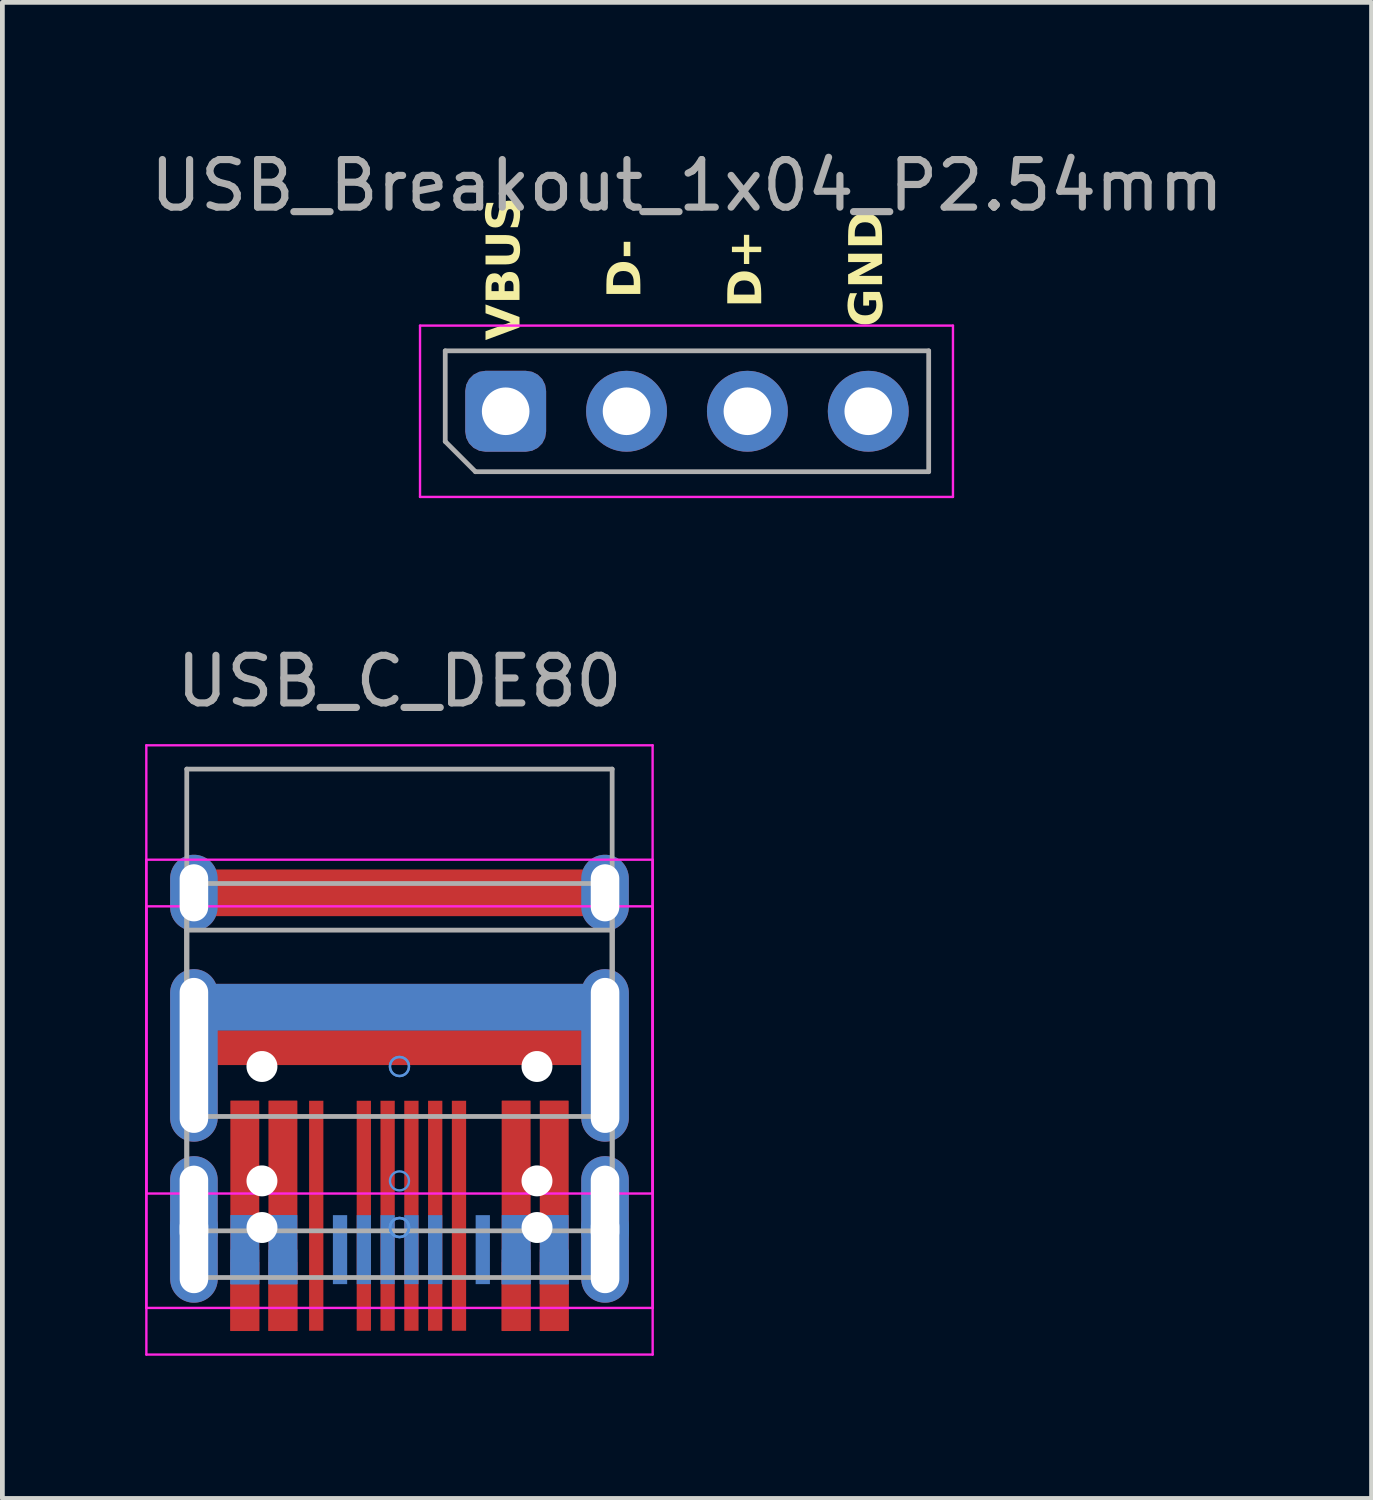
<source format=kicad_pcb>
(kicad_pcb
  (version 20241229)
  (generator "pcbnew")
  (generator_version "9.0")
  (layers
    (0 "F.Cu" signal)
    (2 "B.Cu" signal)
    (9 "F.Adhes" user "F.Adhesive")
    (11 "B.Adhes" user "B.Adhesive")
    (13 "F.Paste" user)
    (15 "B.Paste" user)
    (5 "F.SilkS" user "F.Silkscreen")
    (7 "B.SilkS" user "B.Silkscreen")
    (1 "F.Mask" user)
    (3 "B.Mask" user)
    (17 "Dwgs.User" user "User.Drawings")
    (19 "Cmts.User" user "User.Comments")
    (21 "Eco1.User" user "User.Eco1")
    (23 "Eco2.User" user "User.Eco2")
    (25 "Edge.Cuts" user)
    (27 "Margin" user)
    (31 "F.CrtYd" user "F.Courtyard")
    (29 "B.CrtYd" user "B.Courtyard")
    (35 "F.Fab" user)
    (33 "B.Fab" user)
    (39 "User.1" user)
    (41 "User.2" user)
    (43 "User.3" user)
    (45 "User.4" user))
  (footprint "USB_Breakout_1x04_P2.54mm"
    (layer "F.Cu")
    (at 11.387 5.593)
    (property "Reference" "USB_Breakout_1x04_P2.54mm" (at 0 -4.745 0) (layer "F.Fab") (effects (font (size 1 1) (thickness 0.15))))
    (attr through_hole)
    (fp_line (start -5.61 -1.8) (end -5.61 1.8) (stroke (width 0.05) (type solid)) (layer "F.CrtYd"))
    (fp_line (start -5.61 1.8) (end 5.59 1.8) (stroke (width 0.05) (type solid)) (layer "F.CrtYd"))
    (fp_line (start 5.59 -1.8) (end -5.61 -1.8) (stroke (width 0.05) (type solid)) (layer "F.CrtYd"))
    (fp_line (start 5.59 1.8) (end 5.59 -1.8) (stroke (width 0.05) (type solid)) (layer "F.CrtYd"))
    (fp_line (start -5.08 -1.27) (end 5.08 -1.27) (stroke (width 0.1) (type solid)) (layer "F.Fab"))
    (fp_line (start -5.08 0.635) (end -5.08 -1.27) (stroke (width 0.1) (type solid)) (layer "F.Fab"))
    (fp_line (start -4.445 1.27) (end -5.08 0.635) (stroke (width 0.1) (type solid)) (layer "F.Fab"))
    (fp_line (start 5.08 -1.27) (end 5.08 1.27) (stroke (width 0.1) (type solid)) (layer "F.Fab"))
    (fp_line (start 5.08 1.27) (end -4.445 1.27) (stroke (width 0.1) (type solid)) (layer "F.Fab"))
    (fp_text user "VBUS" (at -3.81 -2.995 90) (unlocked yes) (layer "F.SilkS") (effects (font (face "Hitmo2.0") (size 0.7 0.7) (thickness 0.14) (bold yes))))
    (fp_text user "D-" (at -1.27 -2.995 90) (unlocked yes) (layer "F.SilkS") (effects (font (face "Hitmo2.0") (size 0.7 0.7) (thickness 0.14) (bold yes))))
    (fp_text user "GND" (at 3.81 -2.995 90) (unlocked yes) (layer "F.SilkS") (effects (font (face "Hitmo2.0") (size 0.7 0.7) (thickness 0.14) (bold yes))))
    (fp_text user "D+" (at 1.27 -2.995 90) (unlocked yes) (layer "F.SilkS") (effects (font (face "Hitmo2.0") (size 0.7 0.7) (thickness 0.14) (bold yes))))
    (pad "1" thru_hole roundrect (at -3.81 0 90) (size 1.7 1.7) (drill 1) (layers "*.Cu" "*.Mask") (roundrect_rratio 0.25))
    (pad "2" thru_hole oval (at -1.27 0 90) (size 1.7 1.7) (drill 1) (layers "*.Cu" "*.Mask"))
    (pad "3" thru_hole oval (at 1.27 0 90) (size 1.7 1.7) (drill 1) (layers "*.Cu" "*.Mask"))
    (pad "4" thru_hole oval (at 3.81 0 90) (size 1.7 1.7) (drill 1) (layers "*.Cu" "*.Mask")))
  (footprint "USB_C_DE80"
    (layer "F.Cu")
    (at 5.345 21.767)
    (property "Reference" "USB_C_DE80" (at 0 -10.5 180) (layer "F.Fab") (effects (font (size 1 1) (thickness 0.15))))
    (attr smd)
    (fp_circle (center 0 -2.404) (end 0.2 -2.404) (stroke (width 0.05) (type solid)) (fill no) (layer "Cmts.User"))
    (fp_circle (center 0 -2.404) (end 0.2 -2.404) (stroke (width 0.05) (type solid)) (fill no) (layer "Cmts.User"))
    (fp_circle (center 0 0) (end 0.2 0) (stroke (width 0.05) (type solid)) (fill no) (layer "Cmts.User"))
    (fp_circle (center 0.001 0.98) (end -0.199 0.98) (stroke (width 0.05) (type solid)) (fill no) (layer "Cmts.User"))
    (fp_circle (center 0.001 0.98) (end 0.201 0.98) (stroke (width 0.05) (type solid)) (fill no) (layer "Cmts.User"))
    (fp_circle (center 0.001 0.98) (end 0.201 0.98) (stroke (width 0.05) (type solid)) (fill no) (layer "Cmts.User"))
    (fp_line (start -5.32 0.266) (end -5.32 -9.154) (stroke (width 0.05) (type solid)) (layer "F.CrtYd"))
    (fp_line (start -5.32 2.67) (end -5.32 -6.75) (stroke (width 0.05) (type solid)) (layer "F.CrtYd"))
    (fp_line (start -5.319 3.65) (end -5.319 -5.77) (stroke (width 0.05) (type solid)) (layer "F.CrtYd"))
    (fp_line (start 5.32 -9.154) (end -5.32 -9.154) (stroke (width 0.05) (type solid)) (layer "F.CrtYd"))
    (fp_line (start 5.32 -6.75) (end -5.32 -6.75) (stroke (width 0.05) (type solid)) (layer "F.CrtYd"))
    (fp_line (start 5.32 0.266) (end -5.32 0.266) (stroke (width 0.05) (type solid)) (layer "F.CrtYd"))
    (fp_line (start 5.32 0.266) (end 5.32 -9.154) (stroke (width 0.05) (type solid)) (layer "F.CrtYd"))
    (fp_line (start 5.32 2.67) (end -5.32 2.67) (stroke (width 0.05) (type solid)) (layer "F.CrtYd"))
    (fp_line (start 5.32 2.67) (end 5.32 -6.75) (stroke (width 0.05) (type solid)) (layer "F.CrtYd"))
    (fp_line (start 5.321 -5.77) (end -5.319 -5.77) (stroke (width 0.05) (type solid)) (layer "F.CrtYd"))
    (fp_line (start 5.321 3.65) (end -5.319 3.65) (stroke (width 0.05) (type solid)) (layer "F.CrtYd"))
    (fp_line (start 5.321 3.65) (end 5.321 -5.77) (stroke (width 0.05) (type solid)) (layer "F.CrtYd"))
    (fp_line (start -4.47 -1.354) (end -4.47 -8.654) (stroke (width 0.1) (type solid)) (layer "F.Fab"))
    (fp_line (start -4.47 1.05) (end -4.47 -6.25) (stroke (width 0.1) (type solid)) (layer "F.Fab"))
    (fp_line (start -4.469 2.03) (end -4.469 -5.27) (stroke (width 0.1) (type solid)) (layer "F.Fab"))
    (fp_line (start 4.47 -8.654) (end -4.47 -8.654) (stroke (width 0.1) (type solid)) (layer "F.Fab"))
    (fp_line (start 4.47 -6.25) (end -4.47 -6.25) (stroke (width 0.1) (type solid)) (layer "F.Fab"))
    (fp_line (start 4.47 -1.354) (end -4.47 -1.354) (stroke (width 0.1) (type solid)) (layer "F.Fab"))
    (fp_line (start 4.47 -1.354) (end 4.47 -8.654) (stroke (width 0.1) (type solid)) (layer "F.Fab"))
    (fp_line (start 4.47 1.05) (end -4.47 1.05) (stroke (width 0.1) (type solid)) (layer "F.Fab"))
    (fp_line (start 4.47 1.05) (end 4.47 -6.25) (stroke (width 0.1) (type solid)) (layer "F.Fab"))
    (fp_line (start 4.471 -5.27) (end -4.469 -5.27) (stroke (width 0.1) (type solid)) (layer "F.Fab"))
    (fp_line (start 4.471 2.03) (end -4.469 2.03) (stroke (width 0.1) (type solid)) (layer "F.Fab"))
    (fp_line (start 4.471 2.03) (end 4.471 -5.27) (stroke (width 0.1) (type solid)) (layer "F.Fab"))
    (pad "" np_thru_hole circle (at -2.89 -2.404 180) (size 0.65 0.65) (drill 0.65) (layers "*.Cu" "*.Mask"))
    (pad "" np_thru_hole circle (at -2.89 0 180) (size 0.65 0.65) (drill 0.65) (layers "*.Cu" "*.Mask"))
    (pad "" np_thru_hole circle (at -2.889 0.98 180) (size 0.65 0.65) (drill 0.65) (layers "*.Cu" "*.Mask"))
    (pad "" np_thru_hole circle (at 2.89 -2.404 180) (size 0.65 0.65) (drill 0.65) (layers "*.Cu" "*.Mask"))
    (pad "" np_thru_hole circle (at 2.89 0 180) (size 0.65 0.65) (drill 0.65) (layers "*.Cu" "*.Mask"))
    (pad "" np_thru_hole circle (at 2.891 0.98 180) (size 0.65 0.65) (drill 0.65) (layers "*.Cu" "*.Mask"))
    (pad "A1" smd rect (at -3.249 2.43 180) (size 0.6 1.45) (layers "F.Cu" "F.Mask" "F.Paste"))
    (pad "A1" smd rect (at -3.249 1.445 180) (size 0.6 1.45) (layers "B.Cu" "B.Mask" "B.Paste"))
    (pad "A1" smd rect (at -3.249 1.808 180) (size 0.6 0.725) (layers "B.Cu" "B.Mask" "B.Paste"))
    (pad "A1" smd rect (at 3.251 0.733 180) (size 0.6 4.834) (layers "F.Cu" "F.Mask" "F.Paste"))
    (pad "A1" smd rect (at 3.251 2.43) (size 0.6 1.45) (layers "F.Cu" "F.Mask" "F.Paste"))
    (pad "A4" smd rect (at -2.449 2.43 180) (size 0.6 1.45) (layers "F.Cu" "F.Mask" "F.Paste"))
    (pad "A4" smd rect (at -2.449 1.445 180) (size 0.6 1.45) (layers "B.Cu" "B.Mask" "B.Paste"))
    (pad "A4" smd rect (at -2.449 1.808 180) (size 0.6 0.725) (layers "B.Cu" "B.Mask" "B.Paste"))
    (pad "A4" smd rect (at 2.451 0.733 180) (size 0.6 4.834) (layers "F.Cu" "F.Mask" "F.Paste"))
    (pad "A4" smd rect (at 2.451 2.43) (size 0.6 1.45) (layers "F.Cu" "F.Mask" "F.Paste"))
    (pad "A5" smd rect (at -1.249 1.445 180) (size 0.3 1.45) (layers "B.Cu" "B.Mask" "B.Paste"))
    (pad "A5" smd rect (at 1.251 0.733 180) (size 0.3 4.834) (layers "F.Cu" "F.Mask" "F.Paste"))
    (pad "A6" smd rect (at -0.249 1.445 180) (size 0.3 1.45) (layers "B.Cu" "B.Mask" "B.Paste"))
    (pad "A6" smd rect (at 0.251 0.733 180) (size 0.3 4.834) (layers "F.Cu" "F.Mask" "F.Paste"))
    (pad "A7" smd rect (at -0.249 0.733 180) (size 0.3 4.834) (layers "F.Cu" "F.Mask" "F.Paste"))
    (pad "A7" smd rect (at 0.251 1.445 180) (size 0.3 1.45) (layers "B.Cu" "B.Mask" "B.Paste"))
    (pad "A9" smd rect (at -2.449 0.733 180) (size 0.6 4.834) (layers "F.Cu" "F.Mask" "F.Paste"))
    (pad "A9" smd rect (at 2.451 1.445 180) (size 0.6 1.45) (layers "B.Cu" "B.Mask" "B.Paste"))
    (pad "A9" smd rect (at 2.451 1.808 180) (size 0.6 0.725) (layers "B.Cu" "B.Mask" "B.Paste"))
    (pad "A12" smd rect (at -3.249 0.733 180) (size 0.6 4.834) (layers "F.Cu" "F.Mask" "F.Paste"))
    (pad "A12" smd rect (at 3.251 1.445 180) (size 0.6 1.45) (layers "B.Cu" "B.Mask" "B.Paste"))
    (pad "A12" smd rect (at 3.251 1.808 180) (size 0.6 0.725) (layers "B.Cu" "B.Mask" "B.Paste"))
    (pad "B1" smd rect (at -3.249 0.733 180) (size 0.6 4.834) (layers "F.Cu" "F.Mask" "F.Paste"))
    (pad "B1" smd rect (at 3.251 1.445 180) (size 0.6 1.45) (layers "B.Cu" "B.Mask" "B.Paste"))
    (pad "B1" smd rect (at 3.251 1.808 180) (size 0.6 0.725) (layers "B.Cu" "B.Mask" "B.Paste"))
    (pad "B4" smd rect (at -2.449 0.733 180) (size 0.6 4.834) (layers "F.Cu" "F.Mask" "F.Paste"))
    (pad "B4" smd rect (at 2.451 1.445 180) (size 0.6 1.45) (layers "B.Cu" "B.Mask" "B.Paste"))
    (pad "B4" smd rect (at 2.451 1.808 180) (size 0.6 0.725) (layers "B.Cu" "B.Mask" "B.Paste"))
    (pad "B5" smd rect (at -1.749 0.733 180) (size 0.3 4.834) (layers "F.Cu" "F.Mask" "F.Paste"))
    (pad "B5" smd rect (at 1.751 1.445 180) (size 0.3 1.45) (layers "B.Cu" "B.Mask" "B.Paste"))
    (pad "B6" smd rect (at -0.749 0.733 180) (size 0.3 4.834) (layers "F.Cu" "F.Mask" "F.Paste"))
    (pad "B6" smd rect (at 0.751 1.445 180) (size 0.3 1.45) (layers "B.Cu" "B.Mask" "B.Paste"))
    (pad "B7" smd rect (at -0.749 1.445 180) (size 0.3 1.45) (layers "B.Cu" "B.Mask" "B.Paste"))
    (pad "B7" smd rect (at 0.751 0.733 180) (size 0.3 4.834) (layers "F.Cu" "F.Mask" "F.Paste"))
    (pad "B9" smd rect (at -2.449 2.43 180) (size 0.6 1.45) (layers "F.Cu" "F.Mask" "F.Paste"))
    (pad "B9" smd rect (at -2.449 1.445 180) (size 0.6 1.45) (layers "B.Cu" "B.Mask" "B.Paste"))
    (pad "B9" smd rect (at -2.449 1.808 180) (size 0.6 0.725) (layers "B.Cu" "B.Mask" "B.Paste"))
    (pad "B9" smd rect (at 2.451 0.733 180) (size 0.6 4.834) (layers "F.Cu" "F.Mask" "F.Paste"))
    (pad "B9" smd rect (at 2.451 2.43) (size 0.6 1.45) (layers "F.Cu" "F.Mask" "F.Paste"))
    (pad "B12" smd rect (at -3.249 2.43 180) (size 0.6 1.45) (layers "F.Cu" "F.Mask" "F.Paste"))
    (pad "B12" smd rect (at -3.249 1.445 180) (size 0.6 1.45) (layers "B.Cu" "B.Mask" "B.Paste"))
    (pad "B12" smd rect (at -3.249 1.808 180) (size 0.6 0.725) (layers "B.Cu" "B.Mask" "B.Paste"))
    (pad "B12" smd rect (at 3.251 0.733 180) (size 0.6 4.834) (layers "F.Cu" "F.Mask" "F.Paste"))
    (pad "B12" smd rect (at 3.251 2.43) (size 0.6 1.45) (layers "F.Cu" "F.Mask" "F.Paste"))
    (pad "S1" thru_hole oval (at -4.32 -6.054 180) (size 1 1.6) (drill oval 0.6 1.2) (layers "*.Cu" "*.Mask"))
    (pad "S1" thru_hole oval (at -4.32 -2.637 180) (size 1 3.626) (drill oval 0.6 3.258) (layers "*.Cu" "*.Mask"))
    (pad "S1" thru_hole oval (at -4.32 0.53 180) (size 1 2.1) (drill oval 0.6 1.7) (layers "*.Cu" "*.Mask"))
    (pad "S1" thru_hole oval (at -4.319 1.51 180) (size 1 2.1) (drill oval 0.6 1.7) (layers "*.Cu" "*.Mask"))
    (pad "S1" smd rect (at 0 -6.054) (size 8.64 0.981) (layers "F.Cu" "F.Mask"))
    (pad "S1" smd rect (at 0 -3.65) (size 8.64 0.981) (layers "F.Cu" "F.Mask"))
    (pad "S1" smd rect (at 0 -3.65) (size 8.64 0.981) (layers "B.Cu" "B.Mask"))
    (pad "S1" smd rect (at 0.001 -2.797) (size 8.64 0.726) (layers "F.Cu" "F.Mask"))
    (pad "S1" thru_hole oval (at 4.32 -6.054 180) (size 1 1.6) (drill oval 0.6 1.2) (layers "*.Cu" "*.Mask"))
    (pad "S1" thru_hole oval (at 4.32 0.53 180) (size 1 2.1) (drill oval 0.6 1.7) (layers "*.Cu" "*.Mask"))
    (pad "S1" thru_hole oval (at 4.321 -2.637 180) (size 1 3.626) (drill oval 0.6 3.258) (layers "*.Cu" "*.Mask"))
    (pad "S1" thru_hole oval (at 4.321 1.51 180) (size 1 2.1) (drill oval 0.6 1.7) (layers "*.Cu" "*.Mask")))
  (gr_rect
    (start -3 -3)
    (end 25.774 28.441)
    (stroke (width 0.1) (type default))
    (fill no)
    (layer "Edge.Cuts")))
</source>
